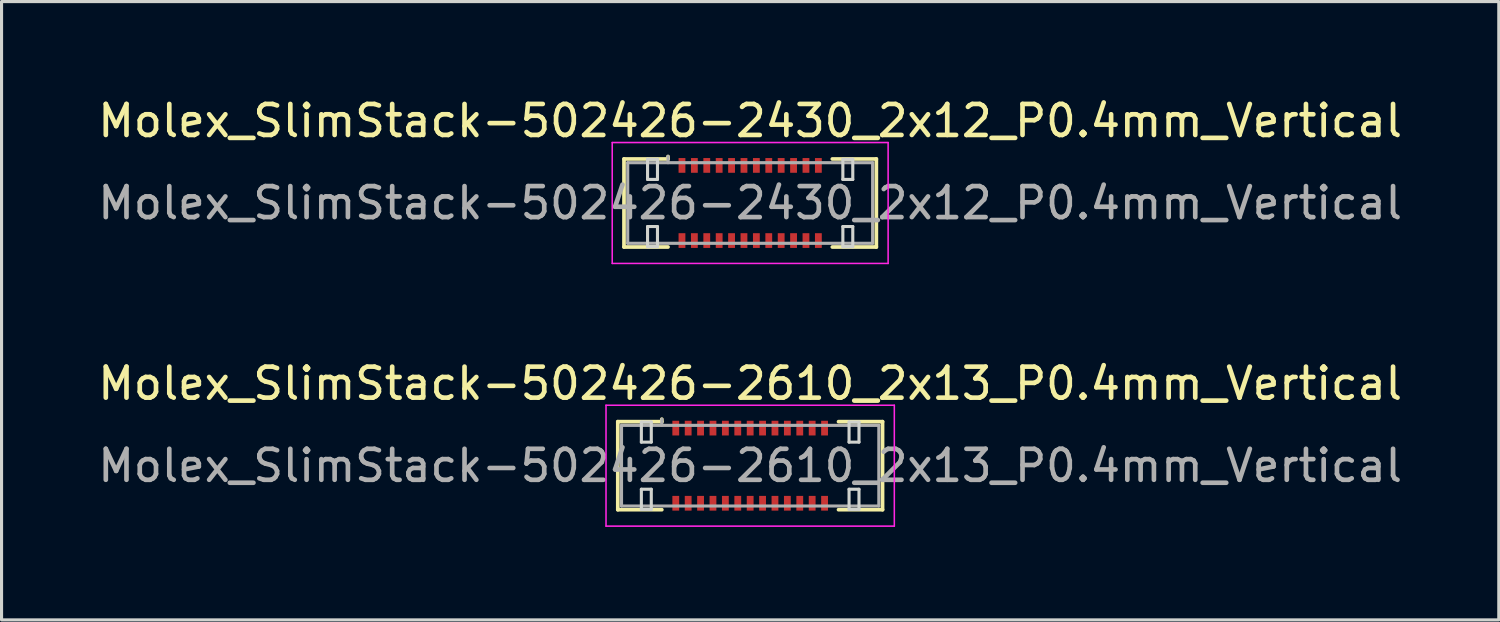
<source format=kicad_pcb>
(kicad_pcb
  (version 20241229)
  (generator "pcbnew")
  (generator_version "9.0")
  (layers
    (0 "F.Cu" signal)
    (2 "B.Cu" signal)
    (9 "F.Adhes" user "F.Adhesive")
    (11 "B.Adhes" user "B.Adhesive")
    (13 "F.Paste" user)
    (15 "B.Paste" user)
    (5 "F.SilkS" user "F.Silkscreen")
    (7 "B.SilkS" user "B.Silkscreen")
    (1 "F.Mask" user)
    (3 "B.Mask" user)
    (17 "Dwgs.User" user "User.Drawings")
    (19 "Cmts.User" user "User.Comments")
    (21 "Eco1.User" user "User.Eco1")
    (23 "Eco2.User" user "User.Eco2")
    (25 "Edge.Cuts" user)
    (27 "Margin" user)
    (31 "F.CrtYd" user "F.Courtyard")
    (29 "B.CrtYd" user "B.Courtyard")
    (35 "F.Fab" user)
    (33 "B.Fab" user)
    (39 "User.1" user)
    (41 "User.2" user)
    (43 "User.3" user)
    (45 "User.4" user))
  (footprint "Molex_SlimStack-502426-2610_2x13_P0.4mm_Vertical"
    (layer "F.Cu")
    (at 21.149 11.972)
    (property "Reference" "Molex_SlimStack-502426-2610_2x13_P0.4mm_Vertical" (at 0 -2.65 0) (layer "F.SilkS") (effects (font (size 1 1) (thickness 0.15))))
    (attr smd)
    (fp_line (start -4.27 -1.42) (end -2.85 -1.42) (stroke (width 0.12) (type solid)) (layer "F.SilkS"))
    (fp_line (start -4.27 1.42) (end -4.27 -1.42) (stroke (width 0.12) (type solid)) (layer "F.SilkS"))
    (fp_line (start -2.85 -1.42) (end -2.85 -1.5) (stroke (width 0.12) (type solid)) (layer "F.SilkS"))
    (fp_line (start -2.85 1.42) (end -4.27 1.42) (stroke (width 0.12) (type solid)) (layer "F.SilkS"))
    (fp_line (start 2.85 1.42) (end 4.27 1.42) (stroke (width 0.12) (type solid)) (layer "F.SilkS"))
    (fp_line (start 4.27 -1.42) (end 2.85 -1.42) (stroke (width 0.12) (type solid)) (layer "F.SilkS"))
    (fp_line (start 4.27 1.42) (end 4.27 -1.42) (stroke (width 0.12) (type solid)) (layer "F.SilkS"))
    (fp_line (start -3.51 -1.41) (end -3.51 -0.76) (stroke (width 0.1) (type solid)) (layer "Edge.Cuts"))
    (fp_line (start -3.51 -0.76) (end -3.19 -0.76) (stroke (width 0.1) (type solid)) (layer "Edge.Cuts"))
    (fp_line (start -3.51 0.76) (end -3.51 1.41) (stroke (width 0.1) (type solid)) (layer "Edge.Cuts"))
    (fp_line (start -3.51 1.41) (end -3.19 1.41) (stroke (width 0.1) (type solid)) (layer "Edge.Cuts"))
    (fp_line (start -3.19 -1.41) (end -3.51 -1.41) (stroke (width 0.1) (type solid)) (layer "Edge.Cuts"))
    (fp_line (start -3.19 -0.76) (end -3.19 -1.41) (stroke (width 0.1) (type solid)) (layer "Edge.Cuts"))
    (fp_line (start -3.19 0.76) (end -3.51 0.76) (stroke (width 0.1) (type solid)) (layer "Edge.Cuts"))
    (fp_line (start -3.19 1.41) (end -3.19 0.76) (stroke (width 0.1) (type solid)) (layer "Edge.Cuts"))
    (fp_line (start 3.19 -1.41) (end 3.19 -0.76) (stroke (width 0.1) (type solid)) (layer "Edge.Cuts"))
    (fp_line (start 3.19 -0.76) (end 3.51 -0.76) (stroke (width 0.1) (type solid)) (layer "Edge.Cuts"))
    (fp_line (start 3.19 0.76) (end 3.19 1.41) (stroke (width 0.1) (type solid)) (layer "Edge.Cuts"))
    (fp_line (start 3.19 1.41) (end 3.51 1.41) (stroke (width 0.1) (type solid)) (layer "Edge.Cuts"))
    (fp_line (start 3.51 -1.41) (end 3.19 -1.41) (stroke (width 0.1) (type solid)) (layer "Edge.Cuts"))
    (fp_line (start 3.51 -0.76) (end 3.51 -1.41) (stroke (width 0.1) (type solid)) (layer "Edge.Cuts"))
    (fp_line (start 3.51 0.76) (end 3.19 0.76) (stroke (width 0.1) (type solid)) (layer "Edge.Cuts"))
    (fp_line (start 3.51 1.41) (end 3.51 0.76) (stroke (width 0.1) (type solid)) (layer "Edge.Cuts"))
    (fp_line (start -4.65 -1.95) (end -4.65 1.95) (stroke (width 0.05) (type solid)) (layer "F.CrtYd"))
    (fp_line (start -4.65 1.95) (end 4.65 1.95) (stroke (width 0.05) (type solid)) (layer "F.CrtYd"))
    (fp_line (start 4.65 -1.95) (end -4.65 -1.95) (stroke (width 0.05) (type solid)) (layer "F.CrtYd"))
    (fp_line (start 4.65 1.95) (end 4.65 -1.95) (stroke (width 0.05) (type solid)) (layer "F.CrtYd"))
    (fp_line (start -4.15 -1.3) (end -4.15 1.3) (stroke (width 0.1) (type solid)) (layer "F.Fab"))
    (fp_line (start -4.15 1.3) (end 4.15 1.3) (stroke (width 0.1) (type solid)) (layer "F.Fab"))
    (fp_line (start -2.85 -1.3) (end -2.85 -1.5) (stroke (width 0.1) (type solid)) (layer "F.Fab"))
    (fp_line (start 4.15 -1.3) (end -4.15 -1.3) (stroke (width 0.1) (type solid)) (layer "F.Fab"))
    (fp_line (start 4.15 1.3) (end 4.15 -1.3) (stroke (width 0.1) (type solid)) (layer "F.Fab"))
    (fp_text user "${REFERENCE}" (at 0 0 0) (layer "F.Fab") (effects (font (size 1 1) (thickness 0.15))))
    (pad "1" smd rect (at 2.4 -1.212) (size 0.22 0.475) (layers "F.Cu" "F.Mask" "F.Paste"))
    (pad "2" smd rect (at 2.4 1.212) (size 0.22 0.475) (layers "F.Cu" "F.Mask" "F.Paste"))
    (pad "3" smd rect (at 2 -1.212) (size 0.22 0.475) (layers "F.Cu" "F.Mask" "F.Paste"))
    (pad "4" smd rect (at 2 1.212) (size 0.22 0.475) (layers "F.Cu" "F.Mask" "F.Paste"))
    (pad "5" smd rect (at 1.6 -1.212) (size 0.22 0.475) (layers "F.Cu" "F.Mask" "F.Paste"))
    (pad "6" smd rect (at 1.6 1.212) (size 0.22 0.475) (layers "F.Cu" "F.Mask" "F.Paste"))
    (pad "7" smd rect (at 1.2 -1.212) (size 0.22 0.475) (layers "F.Cu" "F.Mask" "F.Paste"))
    (pad "8" smd rect (at 1.2 1.212) (size 0.22 0.475) (layers "F.Cu" "F.Mask" "F.Paste"))
    (pad "9" smd rect (at 0.8 -1.212) (size 0.22 0.475) (layers "F.Cu" "F.Mask" "F.Paste"))
    (pad "10" smd rect (at 0.8 1.212) (size 0.22 0.475) (layers "F.Cu" "F.Mask" "F.Paste"))
    (pad "11" smd rect (at 0.4 -1.212) (size 0.22 0.475) (layers "F.Cu" "F.Mask" "F.Paste"))
    (pad "12" smd rect (at 0.4 1.212) (size 0.22 0.475) (layers "F.Cu" "F.Mask" "F.Paste"))
    (pad "13" smd rect (at 0 -1.212) (size 0.22 0.475) (layers "F.Cu" "F.Mask" "F.Paste"))
    (pad "14" smd rect (at 0 1.212) (size 0.22 0.475) (layers "F.Cu" "F.Mask" "F.Paste"))
    (pad "15" smd rect (at -0.4 -1.212) (size 0.22 0.475) (layers "F.Cu" "F.Mask" "F.Paste"))
    (pad "16" smd rect (at -0.4 1.212) (size 0.22 0.475) (layers "F.Cu" "F.Mask" "F.Paste"))
    (pad "17" smd rect (at -0.8 -1.212) (size 0.22 0.475) (layers "F.Cu" "F.Mask" "F.Paste"))
    (pad "18" smd rect (at -0.8 1.212) (size 0.22 0.475) (layers "F.Cu" "F.Mask" "F.Paste"))
    (pad "19" smd rect (at -1.2 -1.212) (size 0.22 0.475) (layers "F.Cu" "F.Mask" "F.Paste"))
    (pad "20" smd rect (at -1.2 1.212) (size 0.22 0.475) (layers "F.Cu" "F.Mask" "F.Paste"))
    (pad "21" smd rect (at -1.6 -1.212) (size 0.22 0.475) (layers "F.Cu" "F.Mask" "F.Paste"))
    (pad "22" smd rect (at -1.6 1.212) (size 0.22 0.475) (layers "F.Cu" "F.Mask" "F.Paste"))
    (pad "23" smd rect (at -2 -1.212) (size 0.22 0.475) (layers "F.Cu" "F.Mask" "F.Paste"))
    (pad "24" smd rect (at -2 1.212) (size 0.22 0.475) (layers "F.Cu" "F.Mask" "F.Paste"))
    (pad "25" smd rect (at -2.4 -1.212) (size 0.22 0.475) (layers "F.Cu" "F.Mask" "F.Paste"))
    (pad "26" smd rect (at -2.4 1.212) (size 0.22 0.475) (layers "F.Cu" "F.Mask" "F.Paste")))
  (footprint "Molex_SlimStack-502426-2430_2x12_P0.4mm_Vertical"
    (layer "F.Cu")
    (at 21.149 3.498)
    (property "Reference" "Molex_SlimStack-502426-2430_2x12_P0.4mm_Vertical" (at 0 -2.65 0) (layer "F.SilkS") (effects (font (size 1 1) (thickness 0.15))))
    (attr smd)
    (fp_line (start -4.07 -1.42) (end -2.65 -1.42) (stroke (width 0.12) (type solid)) (layer "F.SilkS"))
    (fp_line (start -4.07 1.42) (end -4.07 -1.42) (stroke (width 0.12) (type solid)) (layer "F.SilkS"))
    (fp_line (start -2.65 -1.42) (end -2.65 -1.5) (stroke (width 0.12) (type solid)) (layer "F.SilkS"))
    (fp_line (start -2.65 1.42) (end -4.07 1.42) (stroke (width 0.12) (type solid)) (layer "F.SilkS"))
    (fp_line (start 2.65 1.42) (end 4.07 1.42) (stroke (width 0.12) (type solid)) (layer "F.SilkS"))
    (fp_line (start 4.07 -1.42) (end 2.65 -1.42) (stroke (width 0.12) (type solid)) (layer "F.SilkS"))
    (fp_line (start 4.07 1.42) (end 4.07 -1.42) (stroke (width 0.12) (type solid)) (layer "F.SilkS"))
    (fp_line (start -3.31 -1.41) (end -3.31 -0.76) (stroke (width 0.1) (type solid)) (layer "Edge.Cuts"))
    (fp_line (start -3.31 -0.76) (end -2.99 -0.76) (stroke (width 0.1) (type solid)) (layer "Edge.Cuts"))
    (fp_line (start -3.31 0.76) (end -3.31 1.41) (stroke (width 0.1) (type solid)) (layer "Edge.Cuts"))
    (fp_line (start -3.31 1.41) (end -2.99 1.41) (stroke (width 0.1) (type solid)) (layer "Edge.Cuts"))
    (fp_line (start -2.99 -1.41) (end -3.31 -1.41) (stroke (width 0.1) (type solid)) (layer "Edge.Cuts"))
    (fp_line (start -2.99 -0.76) (end -2.99 -1.41) (stroke (width 0.1) (type solid)) (layer "Edge.Cuts"))
    (fp_line (start -2.99 0.76) (end -3.31 0.76) (stroke (width 0.1) (type solid)) (layer "Edge.Cuts"))
    (fp_line (start -2.99 1.41) (end -2.99 0.76) (stroke (width 0.1) (type solid)) (layer "Edge.Cuts"))
    (fp_line (start 2.99 -1.41) (end 2.99 -0.76) (stroke (width 0.1) (type solid)) (layer "Edge.Cuts"))
    (fp_line (start 2.99 -0.76) (end 3.31 -0.76) (stroke (width 0.1) (type solid)) (layer "Edge.Cuts"))
    (fp_line (start 2.99 0.76) (end 2.99 1.41) (stroke (width 0.1) (type solid)) (layer "Edge.Cuts"))
    (fp_line (start 2.99 1.41) (end 3.31 1.41) (stroke (width 0.1) (type solid)) (layer "Edge.Cuts"))
    (fp_line (start 3.31 -1.41) (end 2.99 -1.41) (stroke (width 0.1) (type solid)) (layer "Edge.Cuts"))
    (fp_line (start 3.31 -0.76) (end 3.31 -1.41) (stroke (width 0.1) (type solid)) (layer "Edge.Cuts"))
    (fp_line (start 3.31 0.76) (end 2.99 0.76) (stroke (width 0.1) (type solid)) (layer "Edge.Cuts"))
    (fp_line (start 3.31 1.41) (end 3.31 0.76) (stroke (width 0.1) (type solid)) (layer "Edge.Cuts"))
    (fp_line (start -4.45 -1.95) (end -4.45 1.95) (stroke (width 0.05) (type solid)) (layer "F.CrtYd"))
    (fp_line (start -4.45 1.95) (end 4.45 1.95) (stroke (width 0.05) (type solid)) (layer "F.CrtYd"))
    (fp_line (start 4.45 -1.95) (end -4.45 -1.95) (stroke (width 0.05) (type solid)) (layer "F.CrtYd"))
    (fp_line (start 4.45 1.95) (end 4.45 -1.95) (stroke (width 0.05) (type solid)) (layer "F.CrtYd"))
    (fp_line (start -3.95 -1.3) (end -3.95 1.3) (stroke (width 0.1) (type solid)) (layer "F.Fab"))
    (fp_line (start -3.95 1.3) (end 3.95 1.3) (stroke (width 0.1) (type solid)) (layer "F.Fab"))
    (fp_line (start -2.65 -1.3) (end -2.65 -1.5) (stroke (width 0.1) (type solid)) (layer "F.Fab"))
    (fp_line (start 3.95 -1.3) (end -3.95 -1.3) (stroke (width 0.1) (type solid)) (layer "F.Fab"))
    (fp_line (start 3.95 1.3) (end 3.95 -1.3) (stroke (width 0.1) (type solid)) (layer "F.Fab"))
    (fp_text user "${REFERENCE}" (at 0 0 0) (layer "F.Fab") (effects (font (size 1 1) (thickness 0.15))))
    (pad "1" smd rect (at 2.2 -1.212) (size 0.22 0.475) (layers "F.Cu" "F.Mask" "F.Paste"))
    (pad "2" smd rect (at 2.2 1.212) (size 0.22 0.475) (layers "F.Cu" "F.Mask" "F.Paste"))
    (pad "3" smd rect (at 1.8 -1.212) (size 0.22 0.475) (layers "F.Cu" "F.Mask" "F.Paste"))
    (pad "4" smd rect (at 1.8 1.212) (size 0.22 0.475) (layers "F.Cu" "F.Mask" "F.Paste"))
    (pad "5" smd rect (at 1.4 -1.212) (size 0.22 0.475) (layers "F.Cu" "F.Mask" "F.Paste"))
    (pad "6" smd rect (at 1.4 1.212) (size 0.22 0.475) (layers "F.Cu" "F.Mask" "F.Paste"))
    (pad "7" smd rect (at 1 -1.212) (size 0.22 0.475) (layers "F.Cu" "F.Mask" "F.Paste"))
    (pad "8" smd rect (at 1 1.212) (size 0.22 0.475) (layers "F.Cu" "F.Mask" "F.Paste"))
    (pad "9" smd rect (at 0.6 -1.212) (size 0.22 0.475) (layers "F.Cu" "F.Mask" "F.Paste"))
    (pad "10" smd rect (at 0.6 1.212) (size 0.22 0.475) (layers "F.Cu" "F.Mask" "F.Paste"))
    (pad "11" smd rect (at 0.2 -1.212) (size 0.22 0.475) (layers "F.Cu" "F.Mask" "F.Paste"))
    (pad "12" smd rect (at 0.2 1.212) (size 0.22 0.475) (layers "F.Cu" "F.Mask" "F.Paste"))
    (pad "13" smd rect (at -0.2 -1.212) (size 0.22 0.475) (layers "F.Cu" "F.Mask" "F.Paste"))
    (pad "14" smd rect (at -0.2 1.212) (size 0.22 0.475) (layers "F.Cu" "F.Mask" "F.Paste"))
    (pad "15" smd rect (at -0.6 -1.212) (size 0.22 0.475) (layers "F.Cu" "F.Mask" "F.Paste"))
    (pad "16" smd rect (at -0.6 1.212) (size 0.22 0.475) (layers "F.Cu" "F.Mask" "F.Paste"))
    (pad "17" smd rect (at -1 -1.212) (size 0.22 0.475) (layers "F.Cu" "F.Mask" "F.Paste"))
    (pad "18" smd rect (at -1 1.212) (size 0.22 0.475) (layers "F.Cu" "F.Mask" "F.Paste"))
    (pad "19" smd rect (at -1.4 -1.212) (size 0.22 0.475) (layers "F.Cu" "F.Mask" "F.Paste"))
    (pad "20" smd rect (at -1.4 1.212) (size 0.22 0.475) (layers "F.Cu" "F.Mask" "F.Paste"))
    (pad "21" smd rect (at -1.8 -1.212) (size 0.22 0.475) (layers "F.Cu" "F.Mask" "F.Paste"))
    (pad "22" smd rect (at -1.8 1.212) (size 0.22 0.475) (layers "F.Cu" "F.Mask" "F.Paste"))
    (pad "23" smd rect (at -2.2 -1.212) (size 0.22 0.475) (layers "F.Cu" "F.Mask" "F.Paste"))
    (pad "24" smd rect (at -2.2 1.212) (size 0.22 0.475) (layers "F.Cu" "F.Mask" "F.Paste")))
  (gr_rect
    (start -3 -3)
    (end 45.298 16.947)
    (stroke (width 0.1) (type default))
    (fill no)
    (layer "Edge.Cuts")))
</source>
